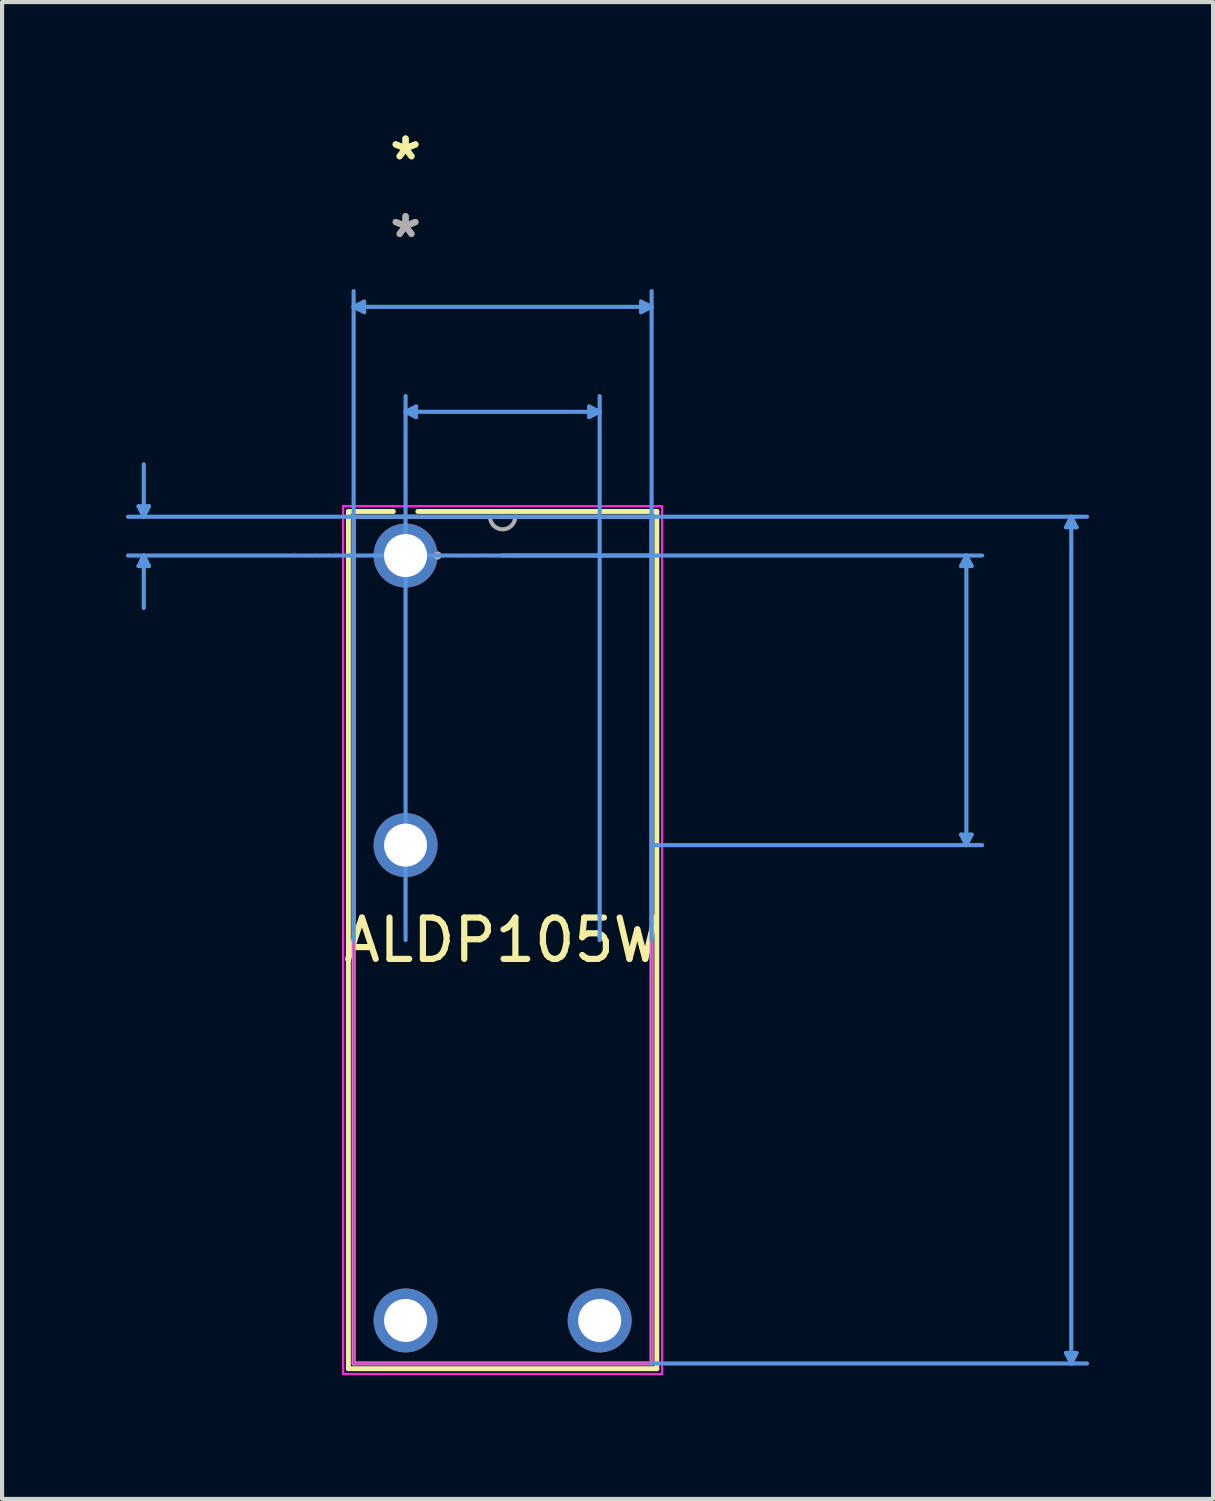
<source format=kicad_pcb>
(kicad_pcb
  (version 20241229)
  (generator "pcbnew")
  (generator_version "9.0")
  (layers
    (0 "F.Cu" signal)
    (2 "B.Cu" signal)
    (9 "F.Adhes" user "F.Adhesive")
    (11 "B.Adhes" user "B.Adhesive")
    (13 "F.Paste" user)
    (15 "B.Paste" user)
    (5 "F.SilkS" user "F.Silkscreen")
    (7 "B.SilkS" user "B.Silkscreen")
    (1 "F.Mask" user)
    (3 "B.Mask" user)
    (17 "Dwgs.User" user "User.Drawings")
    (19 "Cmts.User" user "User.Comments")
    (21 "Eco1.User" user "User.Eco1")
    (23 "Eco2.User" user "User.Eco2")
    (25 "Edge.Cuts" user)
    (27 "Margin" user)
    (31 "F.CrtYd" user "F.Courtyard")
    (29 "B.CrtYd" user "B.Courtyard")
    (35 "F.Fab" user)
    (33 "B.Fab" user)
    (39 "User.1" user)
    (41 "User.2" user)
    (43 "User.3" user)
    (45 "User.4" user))
  (footprint "ALDP105W"
    (layer "F.Cu")
    (at 6.768 10.399)
    (property "Reference" "ALDP105W" (at 2.349 9.309 0) (layer "F.SilkS") (effects (font (size 1 1) (thickness 0.15))))
    (attr through_hole)
    (fp_line (start -1.384 -1.067) (end -1.384 19.685) (stroke (width 0.12) (type solid)) (layer "F.SilkS"))
    (fp_line (start -1.384 19.685) (end 6.083 19.685) (stroke (width 0.12) (type solid)) (layer "F.SilkS"))
    (fp_line (start -0.297 -1.067) (end -1.384 -1.067) (stroke (width 0.12) (type solid)) (layer "F.SilkS"))
    (fp_line (start 6.083 -1.067) (end 0.297 -1.067) (stroke (width 0.12) (type solid)) (layer "F.SilkS"))
    (fp_line (start 6.083 19.685) (end 6.083 -1.067) (stroke (width 0.12) (type solid)) (layer "F.SilkS"))
    (fp_line (start -6.464 -1.194) (end -6.21 -1.194) (stroke (width 0.1) (type solid)) (layer "Cmts.User"))
    (fp_line (start -6.464 0.254) (end -6.21 0.254) (stroke (width 0.1) (type solid)) (layer "Cmts.User"))
    (fp_line (start -6.337 -0.94) (end -6.464 -1.194) (stroke (width 0.1) (type solid)) (layer "Cmts.User"))
    (fp_line (start -6.337 -0.94) (end -6.337 -2.21) (stroke (width 0.1) (type solid)) (layer "Cmts.User"))
    (fp_line (start -6.337 -0.94) (end -6.21 -1.194) (stroke (width 0.1) (type solid)) (layer "Cmts.User"))
    (fp_line (start -6.337 0) (end -6.464 0.254) (stroke (width 0.1) (type solid)) (layer "Cmts.User"))
    (fp_line (start -6.337 0) (end -6.337 1.27) (stroke (width 0.1) (type solid)) (layer "Cmts.User"))
    (fp_line (start -6.337 0) (end -6.21 0.254) (stroke (width 0.1) (type solid)) (layer "Cmts.User"))
    (fp_line (start -1.257 -6.02) (end -1.003 -6.147) (stroke (width 0.1) (type solid)) (layer "Cmts.User"))
    (fp_line (start -1.257 -6.02) (end -1.003 -5.893) (stroke (width 0.1) (type solid)) (layer "Cmts.User"))
    (fp_line (start -1.257 -6.02) (end 5.956 -6.02) (stroke (width 0.1) (type solid)) (layer "Cmts.User"))
    (fp_line (start -1.257 9.309) (end -1.257 -6.401) (stroke (width 0.1) (type solid)) (layer "Cmts.User"))
    (fp_line (start -1.003 -6.147) (end -1.003 -5.893) (stroke (width 0.1) (type solid)) (layer "Cmts.User"))
    (fp_line (start 0 -3.48) (end 0.254 -3.607) (stroke (width 0.1) (type solid)) (layer "Cmts.User"))
    (fp_line (start 0 -3.48) (end 0.254 -3.353) (stroke (width 0.1) (type solid)) (layer "Cmts.User"))
    (fp_line (start 0 -3.48) (end 4.699 -3.48) (stroke (width 0.1) (type solid)) (layer "Cmts.User"))
    (fp_line (start 0 9.309) (end 0 -3.861) (stroke (width 0.1) (type solid)) (layer "Cmts.User"))
    (fp_line (start 0.254 -3.607) (end 0.254 -3.353) (stroke (width 0.1) (type solid)) (layer "Cmts.User"))
    (fp_line (start 2.349 -0.94) (end -6.718 -0.94) (stroke (width 0.1) (type solid)) (layer "Cmts.User"))
    (fp_line (start 2.349 -0.94) (end 16.497 -0.94) (stroke (width 0.1) (type solid)) (layer "Cmts.User"))
    (fp_line (start 2.349 0) (end 13.957 0) (stroke (width 0.1) (type solid)) (layer "Cmts.User"))
    (fp_line (start 4.445 -3.607) (end 4.445 -3.353) (stroke (width 0.1) (type solid)) (layer "Cmts.User"))
    (fp_line (start 4.699 -3.48) (end 4.445 -3.607) (stroke (width 0.1) (type solid)) (layer "Cmts.User"))
    (fp_line (start 4.699 -3.48) (end 4.445 -3.353) (stroke (width 0.1) (type solid)) (layer "Cmts.User"))
    (fp_line (start 4.699 9.309) (end 4.699 -3.861) (stroke (width 0.1) (type solid)) (layer "Cmts.User"))
    (fp_line (start 5.702 -6.147) (end 5.702 -5.893) (stroke (width 0.1) (type solid)) (layer "Cmts.User"))
    (fp_line (start 5.956 -6.02) (end 5.702 -6.147) (stroke (width 0.1) (type solid)) (layer "Cmts.User"))
    (fp_line (start 5.956 -6.02) (end 5.702 -5.893) (stroke (width 0.1) (type solid)) (layer "Cmts.User"))
    (fp_line (start 5.956 0) (end -6.718 0) (stroke (width 0.1) (type solid)) (layer "Cmts.User"))
    (fp_line (start 5.956 7.01) (end 13.957 7.01) (stroke (width 0.1) (type solid)) (layer "Cmts.User"))
    (fp_line (start 5.956 9.309) (end 5.956 -6.401) (stroke (width 0.1) (type solid)) (layer "Cmts.User"))
    (fp_line (start 5.956 19.558) (end 16.497 19.558) (stroke (width 0.1) (type solid)) (layer "Cmts.User"))
    (fp_line (start 13.449 0.254) (end 13.703 0.254) (stroke (width 0.1) (type solid)) (layer "Cmts.User"))
    (fp_line (start 13.449 6.756) (end 13.703 6.756) (stroke (width 0.1) (type solid)) (layer "Cmts.User"))
    (fp_line (start 13.576 0) (end 13.449 0.254) (stroke (width 0.1) (type solid)) (layer "Cmts.User"))
    (fp_line (start 13.576 0) (end 13.576 7.01) (stroke (width 0.1) (type solid)) (layer "Cmts.User"))
    (fp_line (start 13.576 0) (end 13.703 0.254) (stroke (width 0.1) (type solid)) (layer "Cmts.User"))
    (fp_line (start 13.576 7.01) (end 13.449 6.756) (stroke (width 0.1) (type solid)) (layer "Cmts.User"))
    (fp_line (start 13.576 7.01) (end 13.703 6.756) (stroke (width 0.1) (type solid)) (layer "Cmts.User"))
    (fp_line (start 15.989 -0.686) (end 16.243 -0.686) (stroke (width 0.1) (type solid)) (layer "Cmts.User"))
    (fp_line (start 15.989 19.304) (end 16.243 19.304) (stroke (width 0.1) (type solid)) (layer "Cmts.User"))
    (fp_line (start 16.116 -0.94) (end 15.989 -0.686) (stroke (width 0.1) (type solid)) (layer "Cmts.User"))
    (fp_line (start 16.116 -0.94) (end 16.116 19.558) (stroke (width 0.1) (type solid)) (layer "Cmts.User"))
    (fp_line (start 16.116 -0.94) (end 16.243 -0.686) (stroke (width 0.1) (type solid)) (layer "Cmts.User"))
    (fp_line (start 16.116 19.558) (end 15.989 19.304) (stroke (width 0.1) (type solid)) (layer "Cmts.User"))
    (fp_line (start 16.116 19.558) (end 16.243 19.304) (stroke (width 0.1) (type solid)) (layer "Cmts.User"))
    (fp_line (start -1.511 -1.194) (end 6.21 -1.194) (stroke (width 0.05) (type solid)) (layer "F.CrtYd"))
    (fp_line (start -1.511 -1.194) (end 6.21 -1.194) (stroke (width 0.05) (type solid)) (layer "F.CrtYd"))
    (fp_line (start -1.511 19.812) (end -1.511 -1.194) (stroke (width 0.05) (type solid)) (layer "F.CrtYd"))
    (fp_line (start -1.511 19.812) (end -1.511 -1.194) (stroke (width 0.05) (type solid)) (layer "F.CrtYd"))
    (fp_line (start -1.257 -0.94) (end 5.956 -0.94) (stroke (width 0.05) (type solid)) (layer "F.CrtYd"))
    (fp_line (start -1.257 19.558) (end -1.257 -0.94) (stroke (width 0.05) (type solid)) (layer "F.CrtYd"))
    (fp_line (start 5.956 -0.94) (end 5.956 19.558) (stroke (width 0.05) (type solid)) (layer "F.CrtYd"))
    (fp_line (start 5.956 19.558) (end -1.257 19.558) (stroke (width 0.05) (type solid)) (layer "F.CrtYd"))
    (fp_line (start 6.21 -1.194) (end 6.21 19.812) (stroke (width 0.05) (type solid)) (layer "F.CrtYd"))
    (fp_line (start 6.21 -1.194) (end 6.21 19.812) (stroke (width 0.05) (type solid)) (layer "F.CrtYd"))
    (fp_line (start 6.21 19.812) (end -1.511 19.812) (stroke (width 0.05) (type solid)) (layer "F.CrtYd"))
    (fp_line (start 6.21 19.812) (end -1.511 19.812) (stroke (width 0.05) (type solid)) (layer "F.CrtYd"))
    (fp_line (start -1.257 -0.94) (end -1.257 19.558) (stroke (width 0.1) (type solid)) (layer "F.Fab"))
    (fp_line (start -1.257 19.558) (end 5.956 19.558) (stroke (width 0.1) (type solid)) (layer "F.Fab"))
    (fp_line (start 5.956 -0.94) (end -1.257 -0.94) (stroke (width 0.1) (type solid)) (layer "F.Fab"))
    (fp_line (start 5.956 19.558) (end 5.956 -0.94) (stroke (width 0.1) (type solid)) (layer "F.Fab"))
    (fp_arc (start 2.6543 -0.9398) (mid 2.3495 -0.635) (end 2.0447 -0.9398) (stroke (width 0.1) (type solid)) (layer "F.Fab"))
    (fp_circle (center 0.775 0) (end 0.775 0) (stroke (width 0.1) (type solid)) (fill no) (layer "F.Fab"))
    (fp_text user "*" (at 0 -9.55 0) (layer "F.SilkS") (effects (font (size 1 1) (thickness 0.15))))
    (fp_text user "*" (at 0 -9.55 0) (layer "F.SilkS") (effects (font (size 1 1) (thickness 0.15))))
    (fp_text user "Copyright 2021 Accelerated Designs. All rights reserved." (at 0 0 0) (layer "Cmts.User") (effects (font (size 0.127 0.127) (thickness 0.002))))
    (fp_text user "*" (at 0 -7.671 0) (layer "F.Fab") (effects (font (size 1 1) (thickness 0.15))))
    (fp_text user "*" (at 0 -7.671 0) (layer "F.Fab") (effects (font (size 1 1) (thickness 0.15))))
    (pad "1" thru_hole circle (at 0 0) (size 1.549 1.549) (drill 1.041) (layers "*.Cu" "*.Mask"))
    (pad "2" thru_hole circle (at 0 7.01) (size 1.549 1.549) (drill 1.041) (layers "*.Cu" "*.Mask"))
    (pad "3" thru_hole circle (at 0 18.517) (size 1.549 1.549) (drill 1.041) (layers "*.Cu" "*.Mask"))
    (pad "4" thru_hole circle (at 4.699 18.517) (size 1.549 1.549) (drill 1.041) (layers "*.Cu" "*.Mask")))
  (gr_rect
    (start -3 -3)
    (end 26.316 33.236)
    (stroke (width 0.1) (type default))
    (fill no)
    (layer "Edge.Cuts")))
</source>
